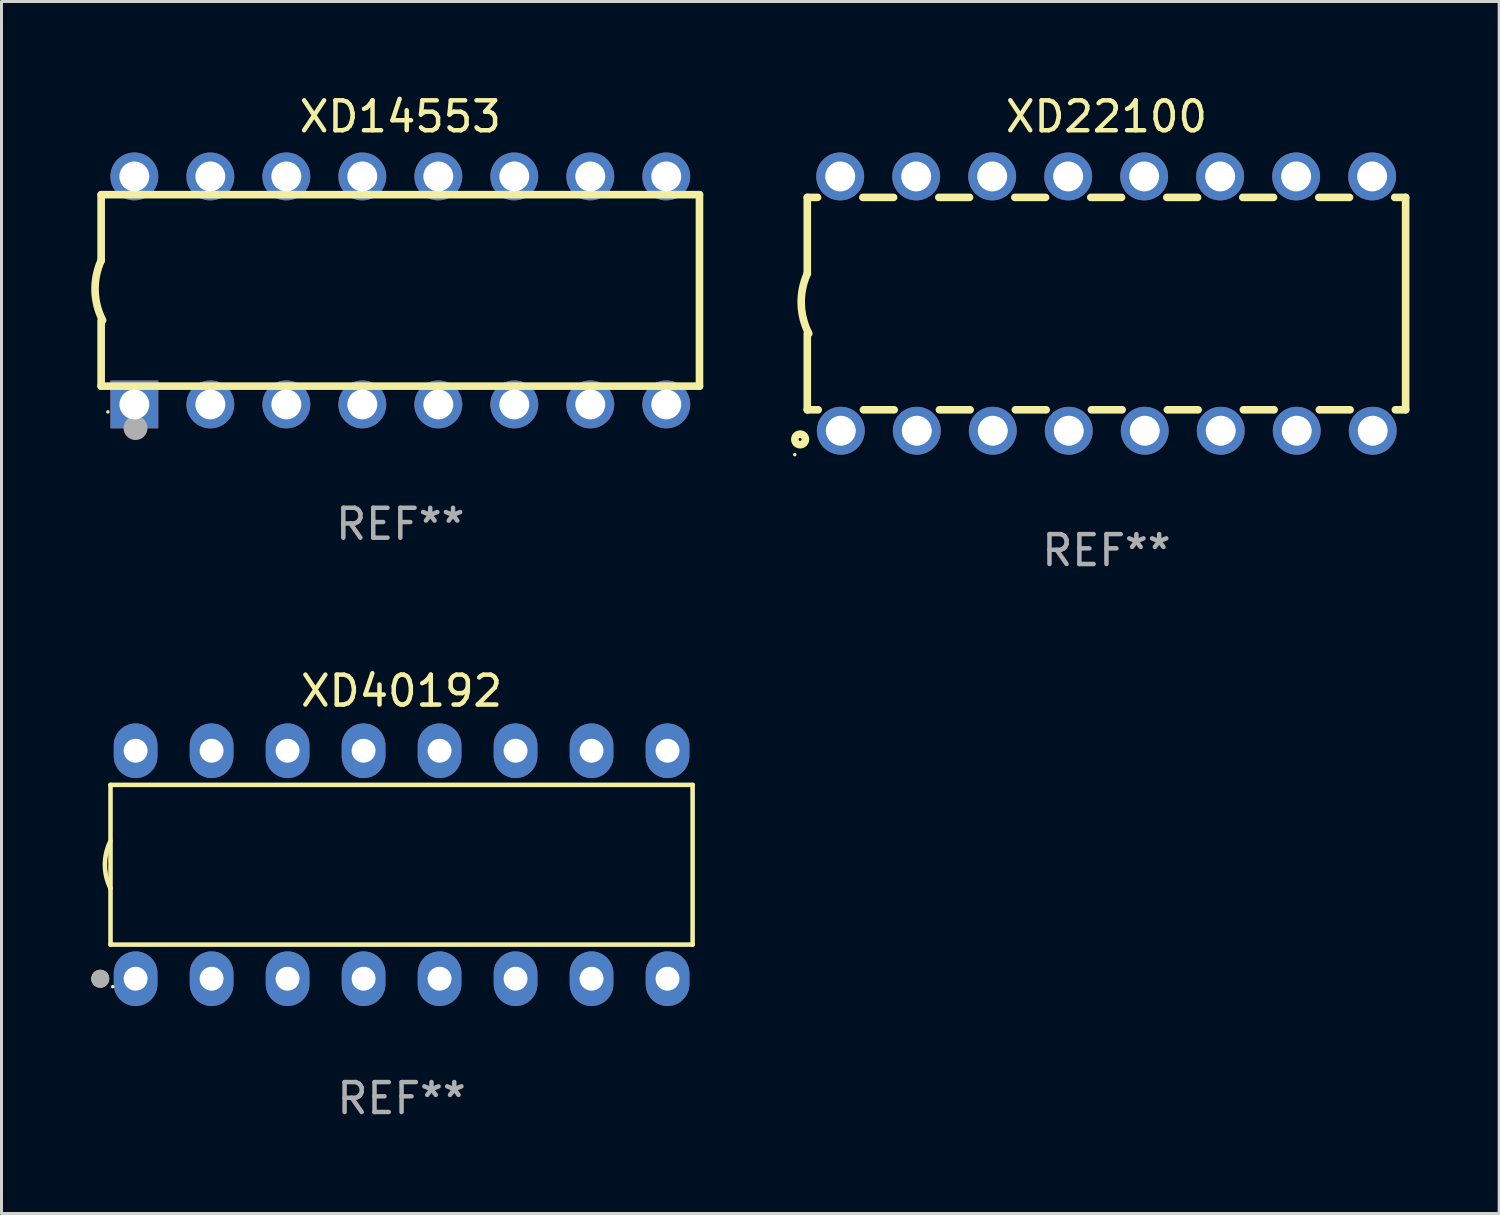
<source format=kicad_pcb>
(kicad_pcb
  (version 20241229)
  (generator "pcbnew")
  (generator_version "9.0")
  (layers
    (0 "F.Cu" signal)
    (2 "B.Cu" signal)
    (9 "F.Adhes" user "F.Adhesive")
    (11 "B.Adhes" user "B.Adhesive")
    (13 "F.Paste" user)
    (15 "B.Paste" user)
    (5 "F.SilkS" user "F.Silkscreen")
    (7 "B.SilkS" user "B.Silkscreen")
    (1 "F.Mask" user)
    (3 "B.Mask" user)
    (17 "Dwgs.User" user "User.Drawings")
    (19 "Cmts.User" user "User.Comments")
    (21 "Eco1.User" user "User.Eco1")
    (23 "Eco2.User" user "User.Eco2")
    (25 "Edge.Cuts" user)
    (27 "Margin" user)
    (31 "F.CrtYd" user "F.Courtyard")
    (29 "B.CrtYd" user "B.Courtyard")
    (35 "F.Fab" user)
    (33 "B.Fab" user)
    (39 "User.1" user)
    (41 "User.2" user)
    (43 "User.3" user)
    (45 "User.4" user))
  (footprint "XD22100"
    (layer "F.Cu")
    (at 33.935 7.098)
    (property "Reference" "XD22100" (at 0 -6.25 0) (layer "F.SilkS") (effects (font (size 1 1) (thickness 0.15))))
    (attr through_hole)
    (fp_line (start -10 -3.55) (end -9.656 -3.55) (stroke (width 0.254) (type solid)) (layer "F.SilkS"))
    (fp_line (start -10 -0.998) (end -10 -3.55) (stroke (width 0.254) (type solid)) (layer "F.SilkS"))
    (fp_line (start -10 3.55) (end -10 1) (stroke (width 0.254) (type solid)) (layer "F.SilkS"))
    (fp_line (start -10 3.55) (end -9.636 3.55) (stroke (width 0.254) (type solid)) (layer "F.SilkS"))
    (fp_line (start -8.144 -3.55) (end -7.116 -3.55) (stroke (width 0.254) (type solid)) (layer "F.SilkS"))
    (fp_line (start -8.124 3.55) (end -7.096 3.55) (stroke (width 0.254) (type solid)) (layer "F.SilkS"))
    (fp_line (start -5.604 -3.55) (end -4.576 -3.55) (stroke (width 0.254) (type solid)) (layer "F.SilkS"))
    (fp_line (start -5.584 3.55) (end -4.556 3.55) (stroke (width 0.254) (type solid)) (layer "F.SilkS"))
    (fp_line (start -3.064 -3.55) (end -2.036 -3.55) (stroke (width 0.254) (type solid)) (layer "F.SilkS"))
    (fp_line (start -3.044 3.55) (end -2.016 3.55) (stroke (width 0.254) (type solid)) (layer "F.SilkS"))
    (fp_line (start -0.524 -3.55) (end 0.504 -3.55) (stroke (width 0.254) (type solid)) (layer "F.SilkS"))
    (fp_line (start -0.504 3.55) (end 0.524 3.55) (stroke (width 0.254) (type solid)) (layer "F.SilkS"))
    (fp_line (start 2.016 -3.55) (end 3.044 -3.55) (stroke (width 0.254) (type solid)) (layer "F.SilkS"))
    (fp_line (start 2.036 3.55) (end 3.064 3.55) (stroke (width 0.254) (type solid)) (layer "F.SilkS"))
    (fp_line (start 4.556 -3.55) (end 5.584 -3.55) (stroke (width 0.254) (type solid)) (layer "F.SilkS"))
    (fp_line (start 4.576 3.55) (end 5.604 3.55) (stroke (width 0.254) (type solid)) (layer "F.SilkS"))
    (fp_line (start 7.096 -3.55) (end 8.124 -3.55) (stroke (width 0.254) (type solid)) (layer "F.SilkS"))
    (fp_line (start 7.116 3.55) (end 8.144 3.55) (stroke (width 0.254) (type solid)) (layer "F.SilkS"))
    (fp_line (start 9.636 -3.55) (end 10 -3.55) (stroke (width 0.254) (type solid)) (layer "F.SilkS"))
    (fp_line (start 9.656 3.55) (end 10 3.55) (stroke (width 0.254) (type solid)) (layer "F.SilkS"))
    (fp_line (start 10 3.55) (end 10 -3.55) (stroke (width 0.254) (type solid)) (layer "F.SilkS"))
    (fp_arc (start -9.949962 1) (mid -10.203153 0.005709) (end -10 -1) (stroke (width 0.254001) (type solid)) (layer "F.SilkS"))
    (fp_circle (center -10.417 5.05) (end -10.387 5.05) (stroke (width 0.06) (type solid)) (fill no) (layer "F.SilkS"))
    (fp_circle (center -10.24 4.54) (end -10.19 4.54) (stroke (width 0.254) (type solid)) (fill no) (layer "F.SilkS"))
    (fp_text user "REF**" (at 0 8.25 0) (layer "F.Fab") (effects (font (size 1 1) (thickness 0.15))))
    (pad "1" thru_hole circle (at -8.88 4.25) (size 1.6 1.6) (drill 1) (layers "*.Cu" "*.Mask"))
    (pad "2" thru_hole circle (at -6.34 4.25) (size 1.6 1.6) (drill 1) (layers "*.Cu" "*.Mask"))
    (pad "3" thru_hole circle (at -3.8 4.25) (size 1.6 1.6) (drill 1) (layers "*.Cu" "*.Mask"))
    (pad "4" thru_hole circle (at -1.26 4.25) (size 1.6 1.6) (drill 1) (layers "*.Cu" "*.Mask"))
    (pad "5" thru_hole circle (at 1.28 4.25) (size 1.6 1.6) (drill 1) (layers "*.Cu" "*.Mask"))
    (pad "6" thru_hole circle (at 3.82 4.25) (size 1.6 1.6) (drill 1) (layers "*.Cu" "*.Mask"))
    (pad "7" thru_hole circle (at 6.36 4.25) (size 1.6 1.6) (drill 1) (layers "*.Cu" "*.Mask"))
    (pad "8" thru_hole circle (at 8.9 4.25) (size 1.6 1.6) (drill 1) (layers "*.Cu" "*.Mask"))
    (pad "9" thru_hole circle (at 8.88 -4.25) (size 1.6 1.6) (drill 1) (layers "*.Cu" "*.Mask"))
    (pad "10" thru_hole circle (at 6.34 -4.25) (size 1.6 1.6) (drill 1) (layers "*.Cu" "*.Mask"))
    (pad "11" thru_hole circle (at 3.8 -4.25) (size 1.6 1.6) (drill 1) (layers "*.Cu" "*.Mask"))
    (pad "12" thru_hole circle (at 1.26 -4.25) (size 1.6 1.6) (drill 1) (layers "*.Cu" "*.Mask"))
    (pad "13" thru_hole circle (at -1.28 -4.25) (size 1.6 1.6) (drill 1) (layers "*.Cu" "*.Mask"))
    (pad "14" thru_hole circle (at -3.82 -4.25) (size 1.6 1.6) (drill 1) (layers "*.Cu" "*.Mask"))
    (pad "15" thru_hole circle (at -6.36 -4.25) (size 1.6 1.6) (drill 1) (layers "*.Cu" "*.Mask"))
    (pad "16" thru_hole circle (at -8.9 -4.25) (size 1.6 1.6) (drill 1) (layers "*.Cu" "*.Mask")))
  (footprint "XD40192"
    (layer "F.Cu")
    (at 10.373 25.855)
    (property "Reference" "XD40192" (at 0 -5.81 0) (layer "F.SilkS") (effects (font (size 1 1) (thickness 0.15))))
    (attr through_hole)
    (fp_line (start -9.729 -2.669) (end 9.729 -2.669) (stroke (width 0.152) (type solid)) (layer "F.SilkS"))
    (fp_line (start -9.729 2.669) (end -9.729 -2.669) (stroke (width 0.152) (type solid)) (layer "F.SilkS"))
    (fp_line (start 9.729 -2.669) (end 9.729 2.669) (stroke (width 0.152) (type solid)) (layer "F.SilkS"))
    (fp_line (start 9.729 2.669) (end -9.729 2.669) (stroke (width 0.152) (type solid)) (layer "F.SilkS"))
    (fp_arc (start -9.728727 0.793751) (mid -9.916106 0) (end -9.728727 -0.793752) (stroke (width 0.1524) (type solid)) (layer "F.SilkS"))
    (fp_circle (center -10.072 3.81) (end -9.922 3.81) (stroke (width 0.3) (type solid)) (fill no) (layer "F.SilkS"))
    (fp_circle (center -9.653 4.075) (end -9.623 4.075) (stroke (width 0.06) (type solid)) (fill no) (layer "F.SilkS"))
    (fp_circle (center -10.072 3.81) (end -9.922 3.81) (stroke (width 0.3) (type solid)) (fill no) (layer "F.Fab"))
    (fp_text user "REF**" (at 0 7.81 0) (layer "F.Fab") (effects (font (size 1 1) (thickness 0.15))))
    (pad "1" thru_hole oval (at -8.89 3.81) (size 1.46 1.825) (drill 0.8) (layers "*.Cu" "*.Mask"))
    (pad "2" thru_hole oval (at -6.35 3.81) (size 1.46 1.825) (drill 0.8) (layers "*.Cu" "*.Mask"))
    (pad "3" thru_hole oval (at -3.81 3.81) (size 1.46 1.825) (drill 0.8) (layers "*.Cu" "*.Mask"))
    (pad "4" thru_hole oval (at -1.27 3.81) (size 1.46 1.825) (drill 0.8) (layers "*.Cu" "*.Mask"))
    (pad "5" thru_hole oval (at 1.27 3.81) (size 1.46 1.825) (drill 0.8) (layers "*.Cu" "*.Mask"))
    (pad "6" thru_hole oval (at 3.81 3.81) (size 1.46 1.825) (drill 0.8) (layers "*.Cu" "*.Mask"))
    (pad "7" thru_hole oval (at 6.35 3.81) (size 1.46 1.825) (drill 0.8) (layers "*.Cu" "*.Mask"))
    (pad "8" thru_hole oval (at 8.89 3.81) (size 1.46 1.825) (drill 0.8) (layers "*.Cu" "*.Mask"))
    (pad "9" thru_hole oval (at 8.89 -3.81) (size 1.46 1.825) (drill 0.8) (layers "*.Cu" "*.Mask"))
    (pad "10" thru_hole oval (at 6.35 -3.81) (size 1.46 1.825) (drill 0.8) (layers "*.Cu" "*.Mask"))
    (pad "11" thru_hole oval (at 3.81 -3.81) (size 1.46 1.825) (drill 0.8) (layers "*.Cu" "*.Mask"))
    (pad "12" thru_hole oval (at 1.27 -3.81) (size 1.46 1.825) (drill 0.8) (layers "*.Cu" "*.Mask"))
    (pad "13" thru_hole oval (at -1.27 -3.81) (size 1.46 1.825) (drill 0.8) (layers "*.Cu" "*.Mask"))
    (pad "14" thru_hole oval (at -3.81 -3.81) (size 1.46 1.825) (drill 0.8) (layers "*.Cu" "*.Mask"))
    (pad "15" thru_hole oval (at -6.35 -3.81) (size 1.46 1.825) (drill 0.8) (layers "*.Cu" "*.Mask"))
    (pad "16" thru_hole oval (at -8.89 -3.81) (size 1.46 1.825) (drill 0.8) (layers "*.Cu" "*.Mask")))
  (footprint "XD14553"
    (layer "F.Cu")
    (at 10.331 6.658)
    (property "Reference" "XD14553" (at 0 -5.81 0) (layer "F.SilkS") (effects (font (size 1 1) (thickness 0.15))))
    (attr through_hole)
    (fp_line (start -10 -0.998) (end -10 -3.198) (stroke (width 0.254) (type solid)) (layer "F.SilkS"))
    (fp_line (start -10 3.2) (end -10 1) (stroke (width 0.254) (type solid)) (layer "F.SilkS"))
    (fp_line (start 10 -3.2) (end -10 -3.2) (stroke (width 0.254) (type solid)) (layer "F.SilkS"))
    (fp_line (start 10 3.2) (end -10 3.2) (stroke (width 0.254) (type solid)) (layer "F.SilkS"))
    (fp_line (start 10 3.2) (end 10 -3.2) (stroke (width 0.254) (type solid)) (layer "F.SilkS"))
    (fp_arc (start -9.949975 0.999974) (mid -10.203153 0.005693) (end -9.999987 -1) (stroke (width 0.254001) (type solid)) (layer "F.SilkS"))
    (fp_circle (center -9.775 4.06) (end -9.745 4.06) (stroke (width 0.06) (type solid)) (fill no) (layer "F.SilkS"))
    (fp_circle (center -8.85 4.6) (end -8.65 4.6) (stroke (width 0.4) (type solid)) (fill no) (layer "F.Fab"))
    (fp_text user "REF**" (at 0 7.81 0) (layer "F.Fab") (effects (font (size 1 1) (thickness 0.15))))
    (pad "1" thru_hole rect (at -8.89 3.81 90) (size 1.6 1.6) (drill 1) (layers "*.Cu" "*.Mask"))
    (pad "2" thru_hole circle (at -6.35 3.81) (size 1.6 1.6) (drill 1) (layers "*.Cu" "*.Mask"))
    (pad "3" thru_hole circle (at -3.81 3.81) (size 1.6 1.6) (drill 1) (layers "*.Cu" "*.Mask"))
    (pad "4" thru_hole circle (at -1.27 3.81) (size 1.6 1.6) (drill 1) (layers "*.Cu" "*.Mask"))
    (pad "5" thru_hole circle (at 1.27 3.81) (size 1.6 1.6) (drill 1) (layers "*.Cu" "*.Mask"))
    (pad "6" thru_hole circle (at 3.81 3.81) (size 1.6 1.6) (drill 1) (layers "*.Cu" "*.Mask"))
    (pad "7" thru_hole circle (at 6.35 3.81) (size 1.6 1.6) (drill 1) (layers "*.Cu" "*.Mask"))
    (pad "8" thru_hole circle (at 8.89 3.81) (size 1.6 1.6) (drill 1) (layers "*.Cu" "*.Mask"))
    (pad "9" thru_hole circle (at 8.89 -3.81) (size 1.6 1.6) (drill 1) (layers "*.Cu" "*.Mask"))
    (pad "10" thru_hole circle (at 6.35 -3.81) (size 1.6 1.6) (drill 1) (layers "*.Cu" "*.Mask"))
    (pad "11" thru_hole circle (at 3.81 -3.81) (size 1.6 1.6) (drill 1) (layers "*.Cu" "*.Mask"))
    (pad "12" thru_hole circle (at 1.27 -3.81) (size 1.6 1.6) (drill 1) (layers "*.Cu" "*.Mask"))
    (pad "13" thru_hole circle (at -1.27 -3.81) (size 1.6 1.6) (drill 1) (layers "*.Cu" "*.Mask"))
    (pad "14" thru_hole circle (at -3.81 -3.81) (size 1.6 1.6) (drill 1) (layers "*.Cu" "*.Mask"))
    (pad "15" thru_hole circle (at -6.35 -3.81) (size 1.6 1.6) (drill 1) (layers "*.Cu" "*.Mask"))
    (pad "16" thru_hole circle (at -8.89 -3.81) (size 1.6 1.6) (drill 1) (layers "*.Cu" "*.Mask")))
  (gr_rect
    (start -3 -3)
    (end 47.062 37.513)
    (stroke (width 0.1) (type default))
    (fill no)
    (layer "Edge.Cuts")))
</source>
